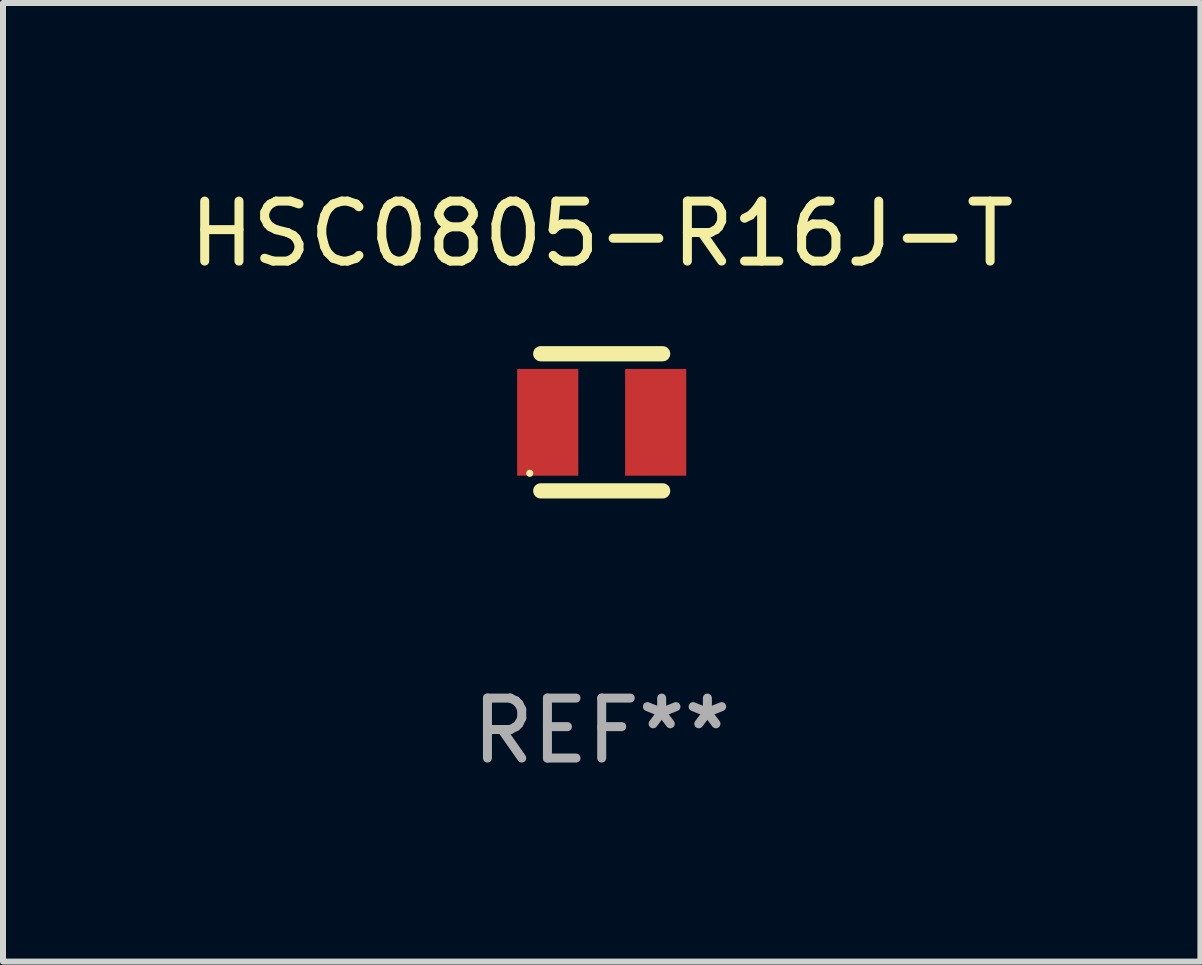
<source format=kicad_pcb>
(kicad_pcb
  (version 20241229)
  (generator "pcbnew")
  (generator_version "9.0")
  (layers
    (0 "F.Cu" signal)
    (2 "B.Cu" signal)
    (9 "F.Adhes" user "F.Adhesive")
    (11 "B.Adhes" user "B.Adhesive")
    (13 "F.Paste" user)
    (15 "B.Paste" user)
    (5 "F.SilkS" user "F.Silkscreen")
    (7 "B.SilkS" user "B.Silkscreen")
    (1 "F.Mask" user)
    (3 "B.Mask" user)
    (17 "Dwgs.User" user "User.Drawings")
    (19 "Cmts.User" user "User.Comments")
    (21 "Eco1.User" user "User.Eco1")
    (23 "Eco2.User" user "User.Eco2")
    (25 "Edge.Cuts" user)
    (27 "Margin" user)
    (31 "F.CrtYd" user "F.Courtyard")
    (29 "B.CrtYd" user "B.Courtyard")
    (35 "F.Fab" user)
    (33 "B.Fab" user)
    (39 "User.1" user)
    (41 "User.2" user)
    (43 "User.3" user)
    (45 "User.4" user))
  (footprint "HSC0805-R16J-T"
    (layer "F.Cu")
    (at 6.982 3.991)
    (property "Reference" "HSC0805-R16J-T" (at 0 -3.143 0) (layer "F.SilkS") (effects (font (size 1 1) (thickness 0.15))))
    (attr through_hole)
    (fp_line (start -1.016 -1.143) (end 1.016 -1.143) (stroke (width 0.254) (type solid)) (layer "F.SilkS"))
    (fp_line (start -1.016 1.143) (end 1.016 1.143) (stroke (width 0.254) (type solid)) (layer "F.SilkS"))
    (fp_circle (center -1.2 0.85) (end -1.17 0.85) (stroke (width 0.06) (type solid)) (fill no) (layer "F.SilkS"))
    (fp_text user "REF**" (at 0 5.143 0) (layer "F.Fab") (effects (font (size 1 1) (thickness 0.15))))
    (pad "1" smd rect (at -0.9 0) (size 1.02 1.78) (layers "F.Cu" "F.Mask" "F.Paste"))
    (pad "2" smd rect (at 0.9 0) (size 1.02 1.78) (layers "F.Cu" "F.Mask" "F.Paste")))
  (gr_rect
    (start -3 -3)
    (end 16.964 12.983)
    (stroke (width 0.1) (type default))
    (fill no)
    (layer "Edge.Cuts")))
</source>
